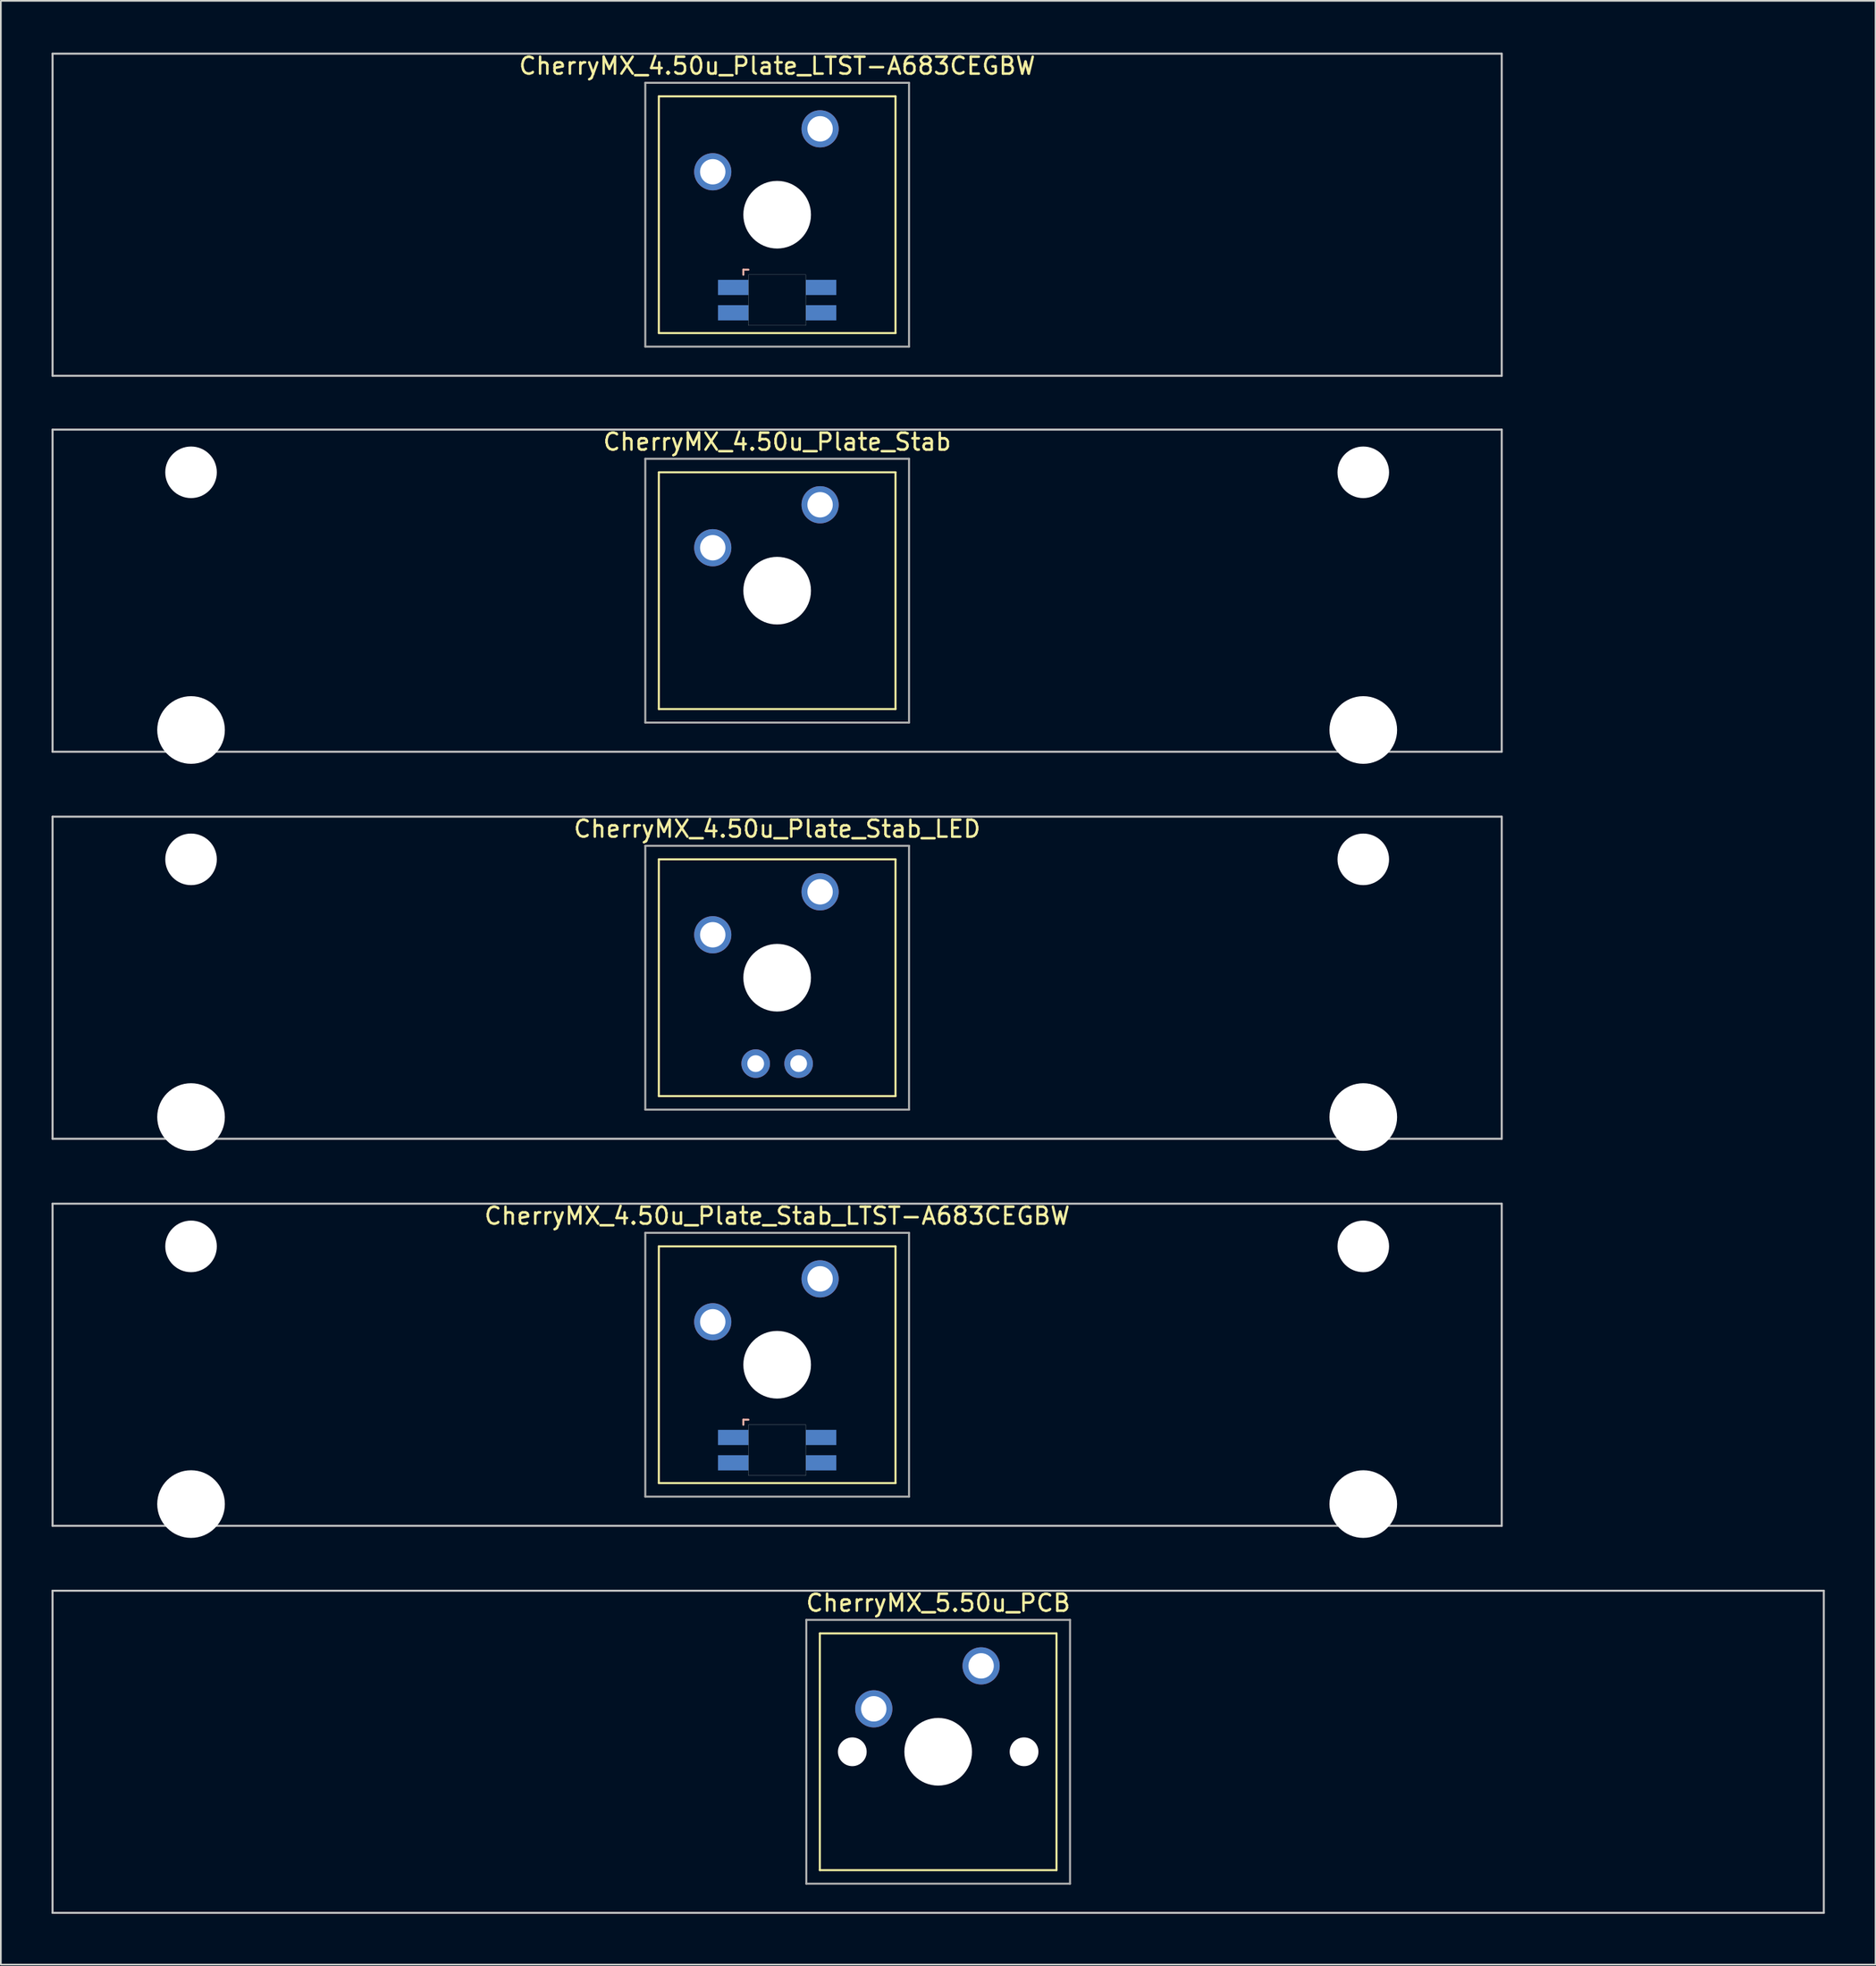
<source format=kicad_pcb>
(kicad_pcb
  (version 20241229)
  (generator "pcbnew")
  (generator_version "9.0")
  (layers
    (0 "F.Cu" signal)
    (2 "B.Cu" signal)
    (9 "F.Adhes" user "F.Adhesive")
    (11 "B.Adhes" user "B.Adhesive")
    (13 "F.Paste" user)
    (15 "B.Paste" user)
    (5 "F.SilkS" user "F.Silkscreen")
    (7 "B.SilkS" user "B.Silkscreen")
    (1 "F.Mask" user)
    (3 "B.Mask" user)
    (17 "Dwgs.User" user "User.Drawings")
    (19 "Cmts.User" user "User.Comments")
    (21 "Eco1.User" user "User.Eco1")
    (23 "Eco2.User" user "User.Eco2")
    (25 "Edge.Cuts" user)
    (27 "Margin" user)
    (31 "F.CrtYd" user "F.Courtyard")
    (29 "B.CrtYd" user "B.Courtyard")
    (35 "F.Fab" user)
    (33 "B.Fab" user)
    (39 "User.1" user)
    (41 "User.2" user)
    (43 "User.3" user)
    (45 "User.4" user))
  (footprint "CherryMX_5.50u_PCB"
    (layer "F.Cu")
    (at 52.447 100.546)
    (property "Reference" "CherryMX_5.50u_PCB" (at 0 -8.8 0) (layer "F.SilkS") (effects (font (size 1 1) (thickness 0.15))))
    (attr through_hole)
    (fp_line (start -7 -7) (end -7 7) (stroke (width 0.12) (type solid)) (layer "F.SilkS"))
    (fp_line (start -7 -7) (end 7 -7) (stroke (width 0.12) (type solid)) (layer "F.SilkS"))
    (fp_line (start 7 -7) (end 7 7) (stroke (width 0.12) (type solid)) (layer "F.SilkS"))
    (fp_line (start 7 7) (end -7 7) (stroke (width 0.12) (type solid)) (layer "F.SilkS"))
    (fp_line (start -52.388 -9.525) (end 52.388 -9.525) (stroke (width 0.12) (type solid)) (layer "Dwgs.User"))
    (fp_line (start -52.388 9.525) (end -52.388 -9.525) (stroke (width 0.12) (type solid)) (layer "Dwgs.User"))
    (fp_line (start 52.388 -9.525) (end 52.388 9.525) (stroke (width 0.12) (type solid)) (layer "Dwgs.User"))
    (fp_line (start 52.388 9.525) (end -52.388 9.525) (stroke (width 0.12) (type solid)) (layer "Dwgs.User"))
    (fp_line (start -7.8 -7.8) (end -7.8 7.8) (stroke (width 0.12) (type solid)) (layer "F.Fab"))
    (fp_line (start -7.8 -7.8) (end 7.8 -7.8) (stroke (width 0.12) (type solid)) (layer "F.Fab"))
    (fp_line (start -7.8 7.8) (end 7.8 7.8) (stroke (width 0.12) (type solid)) (layer "F.Fab"))
    (fp_line (start 7.8 -7.8) (end 7.8 7.8) (stroke (width 0.12) (type solid)) (layer "F.Fab"))
    (pad "" np_thru_hole circle (at -5.08 0) (size 1.7 1.7) (drill 1.7) (layers "*.Cu" "*.Mask"))
    (pad "" np_thru_hole circle (at 0 0) (size 4 4) (drill 4) (layers "*.Cu" "*.Mask"))
    (pad "" np_thru_hole circle (at 5.08 0) (size 1.7 1.7) (drill 1.7) (layers "*.Cu" "*.Mask"))
    (pad "1" thru_hole circle (at -3.81 -2.54) (size 2.2 2.2) (drill 1.5) (layers "*.Cu" "*.Mask"))
    (pad "2" thru_hole circle (at 2.54 -5.08) (size 2.2 2.2) (drill 1.5) (layers "*.Cu" "*.Mask")))
  (footprint "CherryMX_4.50u_Plate_LTST-A683CEGBW"
    (layer "F.Cu")
    (at 42.922 9.648)
    (property "Reference" "CherryMX_4.50u_Plate_LTST-A683CEGBW" (at 0 -8.8 0) (layer "F.SilkS") (effects (font (size 1 1) (thickness 0.15))))
    (attr through_hole)
    (fp_line (start -7 -7) (end -7 7) (stroke (width 0.12) (type solid)) (layer "F.SilkS"))
    (fp_line (start -7 -7) (end 7 -7) (stroke (width 0.12) (type solid)) (layer "F.SilkS"))
    (fp_line (start 7 -7) (end 7 7) (stroke (width 0.12) (type solid)) (layer "F.SilkS"))
    (fp_line (start 7 7) (end -7 7) (stroke (width 0.12) (type solid)) (layer "F.SilkS"))
    (fp_line (start -2 3.25) (end -2 3.55) (stroke (width 0.12) (type solid)) (layer "B.SilkS"))
    (fp_line (start -1.7 3.25) (end -2 3.25) (stroke (width 0.12) (type solid)) (layer "B.SilkS"))
    (fp_line (start -42.862 -9.525) (end 42.862 -9.525) (stroke (width 0.12) (type solid)) (layer "Dwgs.User"))
    (fp_line (start -42.862 9.525) (end -42.862 -9.525) (stroke (width 0.12) (type solid)) (layer "Dwgs.User"))
    (fp_line (start 42.862 -9.525) (end 42.862 9.525) (stroke (width 0.12) (type solid)) (layer "Dwgs.User"))
    (fp_line (start 42.862 9.525) (end -42.862 9.525) (stroke (width 0.12) (type solid)) (layer "Dwgs.User"))
    (fp_poly (pts (xy 1.7 6.55) (xy -1.7 6.55) (xy -1.7 3.55) (xy 1.7 3.55)) (stroke (width 0.01) (type solid)) (fill no) (layer "Edge.Cuts"))
    (fp_line (start -7.8 -7.8) (end -7.8 7.8) (stroke (width 0.12) (type solid)) (layer "F.Fab"))
    (fp_line (start -7.8 -7.8) (end 7.8 -7.8) (stroke (width 0.12) (type solid)) (layer "F.Fab"))
    (fp_line (start -7.8 7.8) (end 7.8 7.8) (stroke (width 0.12) (type solid)) (layer "F.Fab"))
    (fp_line (start 7.8 -7.8) (end 7.8 7.8) (stroke (width 0.12) (type solid)) (layer "F.Fab"))
    (pad "" np_thru_hole circle (at 0 0) (size 4 4) (drill 4) (layers "*.Cu" "*.Mask"))
    (pad "1" thru_hole circle (at -3.81 -2.54) (size 2.2 2.2) (drill 1.5) (layers "*.Cu" "*.Mask"))
    (pad "2" thru_hole circle (at 2.54 -5.08) (size 2.2 2.2) (drill 1.5) (layers "*.Cu" "*.Mask"))
    (pad "3" smd rect (at -2.6 4.3) (size 1.8 0.9) (layers "B.Cu" "B.Mask" "B.Paste"))
    (pad "4" smd rect (at -2.6 5.8) (size 1.8 0.9) (layers "B.Cu" "B.Mask" "B.Paste"))
    (pad "5" smd rect (at 2.6 4.3) (size 1.8 0.9) (layers "B.Cu" "B.Mask" "B.Paste"))
    (pad "6" smd rect (at 2.6 5.8) (size 1.8 0.9) (layers "B.Cu" "B.Mask" "B.Paste")))
  (footprint "CherryMX_4.50u_Plate_Stab"
    (layer "F.Cu")
    (at 42.922 31.881)
    (property "Reference" "CherryMX_4.50u_Plate_Stab" (at 0 -8.8 0) (layer "F.SilkS") (effects (font (size 1 1) (thickness 0.15))))
    (attr through_hole)
    (fp_line (start -7 -7) (end -7 7) (stroke (width 0.12) (type solid)) (layer "F.SilkS"))
    (fp_line (start -7 -7) (end 7 -7) (stroke (width 0.12) (type solid)) (layer "F.SilkS"))
    (fp_line (start 7 -7) (end 7 7) (stroke (width 0.12) (type solid)) (layer "F.SilkS"))
    (fp_line (start 7 7) (end -7 7) (stroke (width 0.12) (type solid)) (layer "F.SilkS"))
    (fp_line (start -42.862 -9.525) (end 42.862 -9.525) (stroke (width 0.12) (type solid)) (layer "Dwgs.User"))
    (fp_line (start -42.862 9.525) (end -42.862 -9.525) (stroke (width 0.12) (type solid)) (layer "Dwgs.User"))
    (fp_line (start 42.862 -9.525) (end 42.862 9.525) (stroke (width 0.12) (type solid)) (layer "Dwgs.User"))
    (fp_line (start 42.862 9.525) (end -42.862 9.525) (stroke (width 0.12) (type solid)) (layer "Dwgs.User"))
    (fp_line (start -7.8 -7.8) (end -7.8 7.8) (stroke (width 0.12) (type solid)) (layer "F.Fab"))
    (fp_line (start -7.8 -7.8) (end 7.8 -7.8) (stroke (width 0.12) (type solid)) (layer "F.Fab"))
    (fp_line (start -7.8 7.8) (end 7.8 7.8) (stroke (width 0.12) (type solid)) (layer "F.Fab"))
    (fp_line (start 7.8 -7.8) (end 7.8 7.8) (stroke (width 0.12) (type solid)) (layer "F.Fab"))
    (pad "" np_thru_hole circle (at -34.671 -7) (size 3.05 3.05) (drill 3.05) (layers "*.Cu" "*.Mask"))
    (pad "" np_thru_hole circle (at -34.671 8.24) (size 4 4) (drill 4) (layers "*.Cu" "*.Mask"))
    (pad "" np_thru_hole circle (at 0 0) (size 4 4) (drill 4) (layers "*.Cu" "*.Mask"))
    (pad "" np_thru_hole circle (at 34.671 -7) (size 3.05 3.05) (drill 3.05) (layers "*.Cu" "*.Mask"))
    (pad "" np_thru_hole circle (at 34.671 8.24) (size 4 4) (drill 4) (layers "*.Cu" "*.Mask"))
    (pad "1" thru_hole circle (at -3.81 -2.54) (size 2.2 2.2) (drill 1.5) (layers "*.Cu" "*.Mask"))
    (pad "2" thru_hole circle (at 2.54 -5.08) (size 2.2 2.2) (drill 1.5) (layers "*.Cu" "*.Mask")))
  (footprint "CherryMX_4.50u_Plate_Stab_LED"
    (layer "F.Cu")
    (at 42.922 54.77)
    (property "Reference" "CherryMX_4.50u_Plate_Stab_LED" (at 0 -8.8 0) (layer "F.SilkS") (effects (font (size 1 1) (thickness 0.15))))
    (attr through_hole)
    (fp_line (start -7 -7) (end -7 7) (stroke (width 0.12) (type solid)) (layer "F.SilkS"))
    (fp_line (start -7 -7) (end 7 -7) (stroke (width 0.12) (type solid)) (layer "F.SilkS"))
    (fp_line (start 7 -7) (end 7 7) (stroke (width 0.12) (type solid)) (layer "F.SilkS"))
    (fp_line (start 7 7) (end -7 7) (stroke (width 0.12) (type solid)) (layer "F.SilkS"))
    (fp_line (start -42.862 -9.525) (end 42.862 -9.525) (stroke (width 0.12) (type solid)) (layer "Dwgs.User"))
    (fp_line (start -42.862 9.525) (end -42.862 -9.525) (stroke (width 0.12) (type solid)) (layer "Dwgs.User"))
    (fp_line (start 42.862 -9.525) (end 42.862 9.525) (stroke (width 0.12) (type solid)) (layer "Dwgs.User"))
    (fp_line (start 42.862 9.525) (end -42.862 9.525) (stroke (width 0.12) (type solid)) (layer "Dwgs.User"))
    (fp_line (start -7.8 -7.8) (end -7.8 7.8) (stroke (width 0.12) (type solid)) (layer "F.Fab"))
    (fp_line (start -7.8 -7.8) (end 7.8 -7.8) (stroke (width 0.12) (type solid)) (layer "F.Fab"))
    (fp_line (start -7.8 7.8) (end 7.8 7.8) (stroke (width 0.12) (type solid)) (layer "F.Fab"))
    (fp_line (start 7.8 -7.8) (end 7.8 7.8) (stroke (width 0.12) (type solid)) (layer "F.Fab"))
    (pad "" np_thru_hole circle (at -34.671 -7) (size 3.05 3.05) (drill 3.05) (layers "*.Cu" "*.Mask"))
    (pad "" np_thru_hole circle (at -34.671 8.24) (size 4 4) (drill 4) (layers "*.Cu" "*.Mask"))
    (pad "" np_thru_hole circle (at 0 0) (size 4 4) (drill 4) (layers "*.Cu" "*.Mask"))
    (pad "" np_thru_hole circle (at 34.671 -7) (size 3.05 3.05) (drill 3.05) (layers "*.Cu" "*.Mask"))
    (pad "" np_thru_hole circle (at 34.671 8.24) (size 4 4) (drill 4) (layers "*.Cu" "*.Mask"))
    (pad "1" thru_hole circle (at -3.81 -2.54) (size 2.2 2.2) (drill 1.5) (layers "*.Cu" "*.Mask"))
    (pad "2" thru_hole circle (at 2.54 -5.08) (size 2.2 2.2) (drill 1.5) (layers "*.Cu" "*.Mask"))
    (pad "3" thru_hole circle (at -1.27 5.08) (size 1.691 1.691) (drill 0.991) (layers "*.Cu" "*.Mask"))
    (pad "4" thru_hole circle (at 1.27 5.08) (size 1.691 1.691) (drill 0.991) (layers "*.Cu" "*.Mask")))
  (footprint "CherryMX_4.50u_Plate_Stab_LTST-A683CEGBW"
    (layer "F.Cu")
    (at 42.922 77.658)
    (property "Reference" "CherryMX_4.50u_Plate_Stab_LTST-A683CEGBW" (at 0 -8.8 0) (layer "F.SilkS") (effects (font (size 1 1) (thickness 0.15))))
    (attr through_hole)
    (fp_line (start -7 -7) (end -7 7) (stroke (width 0.12) (type solid)) (layer "F.SilkS"))
    (fp_line (start -7 -7) (end 7 -7) (stroke (width 0.12) (type solid)) (layer "F.SilkS"))
    (fp_line (start 7 -7) (end 7 7) (stroke (width 0.12) (type solid)) (layer "F.SilkS"))
    (fp_line (start 7 7) (end -7 7) (stroke (width 0.12) (type solid)) (layer "F.SilkS"))
    (fp_line (start -2 3.25) (end -2 3.55) (stroke (width 0.12) (type solid)) (layer "B.SilkS"))
    (fp_line (start -1.7 3.25) (end -2 3.25) (stroke (width 0.12) (type solid)) (layer "B.SilkS"))
    (fp_line (start -42.862 -9.525) (end 42.862 -9.525) (stroke (width 0.12) (type solid)) (layer "Dwgs.User"))
    (fp_line (start -42.862 9.525) (end -42.862 -9.525) (stroke (width 0.12) (type solid)) (layer "Dwgs.User"))
    (fp_line (start 42.862 -9.525) (end 42.862 9.525) (stroke (width 0.12) (type solid)) (layer "Dwgs.User"))
    (fp_line (start 42.862 9.525) (end -42.862 9.525) (stroke (width 0.12) (type solid)) (layer "Dwgs.User"))
    (fp_poly (pts (xy 1.7 6.55) (xy -1.7 6.55) (xy -1.7 3.55) (xy 1.7 3.55)) (stroke (width 0.01) (type solid)) (fill no) (layer "Edge.Cuts"))
    (fp_line (start -7.8 -7.8) (end -7.8 7.8) (stroke (width 0.12) (type solid)) (layer "F.Fab"))
    (fp_line (start -7.8 -7.8) (end 7.8 -7.8) (stroke (width 0.12) (type solid)) (layer "F.Fab"))
    (fp_line (start -7.8 7.8) (end 7.8 7.8) (stroke (width 0.12) (type solid)) (layer "F.Fab"))
    (fp_line (start 7.8 -7.8) (end 7.8 7.8) (stroke (width 0.12) (type solid)) (layer "F.Fab"))
    (pad "" np_thru_hole circle (at -34.671 -7) (size 3.05 3.05) (drill 3.05) (layers "*.Cu" "*.Mask"))
    (pad "" np_thru_hole circle (at -34.671 8.24) (size 4 4) (drill 4) (layers "*.Cu" "*.Mask"))
    (pad "" np_thru_hole circle (at 0 0) (size 4 4) (drill 4) (layers "*.Cu" "*.Mask"))
    (pad "" np_thru_hole circle (at 34.671 -7) (size 3.05 3.05) (drill 3.05) (layers "*.Cu" "*.Mask"))
    (pad "" np_thru_hole circle (at 34.671 8.24) (size 4 4) (drill 4) (layers "*.Cu" "*.Mask"))
    (pad "1" thru_hole circle (at -3.81 -2.54) (size 2.2 2.2) (drill 1.5) (layers "*.Cu" "*.Mask"))
    (pad "2" thru_hole circle (at 2.54 -5.08) (size 2.2 2.2) (drill 1.5) (layers "*.Cu" "*.Mask"))
    (pad "3" smd rect (at -2.6 4.3) (size 1.8 0.9) (layers "B.Cu" "B.Mask" "B.Paste"))
    (pad "4" smd rect (at -2.6 5.8) (size 1.8 0.9) (layers "B.Cu" "B.Mask" "B.Paste"))
    (pad "5" smd rect (at 2.6 4.3) (size 1.8 0.9) (layers "B.Cu" "B.Mask" "B.Paste"))
    (pad "6" smd rect (at 2.6 5.8) (size 1.8 0.9) (layers "B.Cu" "B.Mask" "B.Paste")))
  (gr_rect
    (start -3 -3)
    (end 107.895 113.131)
    (stroke (width 0.1) (type default))
    (fill no)
    (layer "Edge.Cuts")))
</source>
